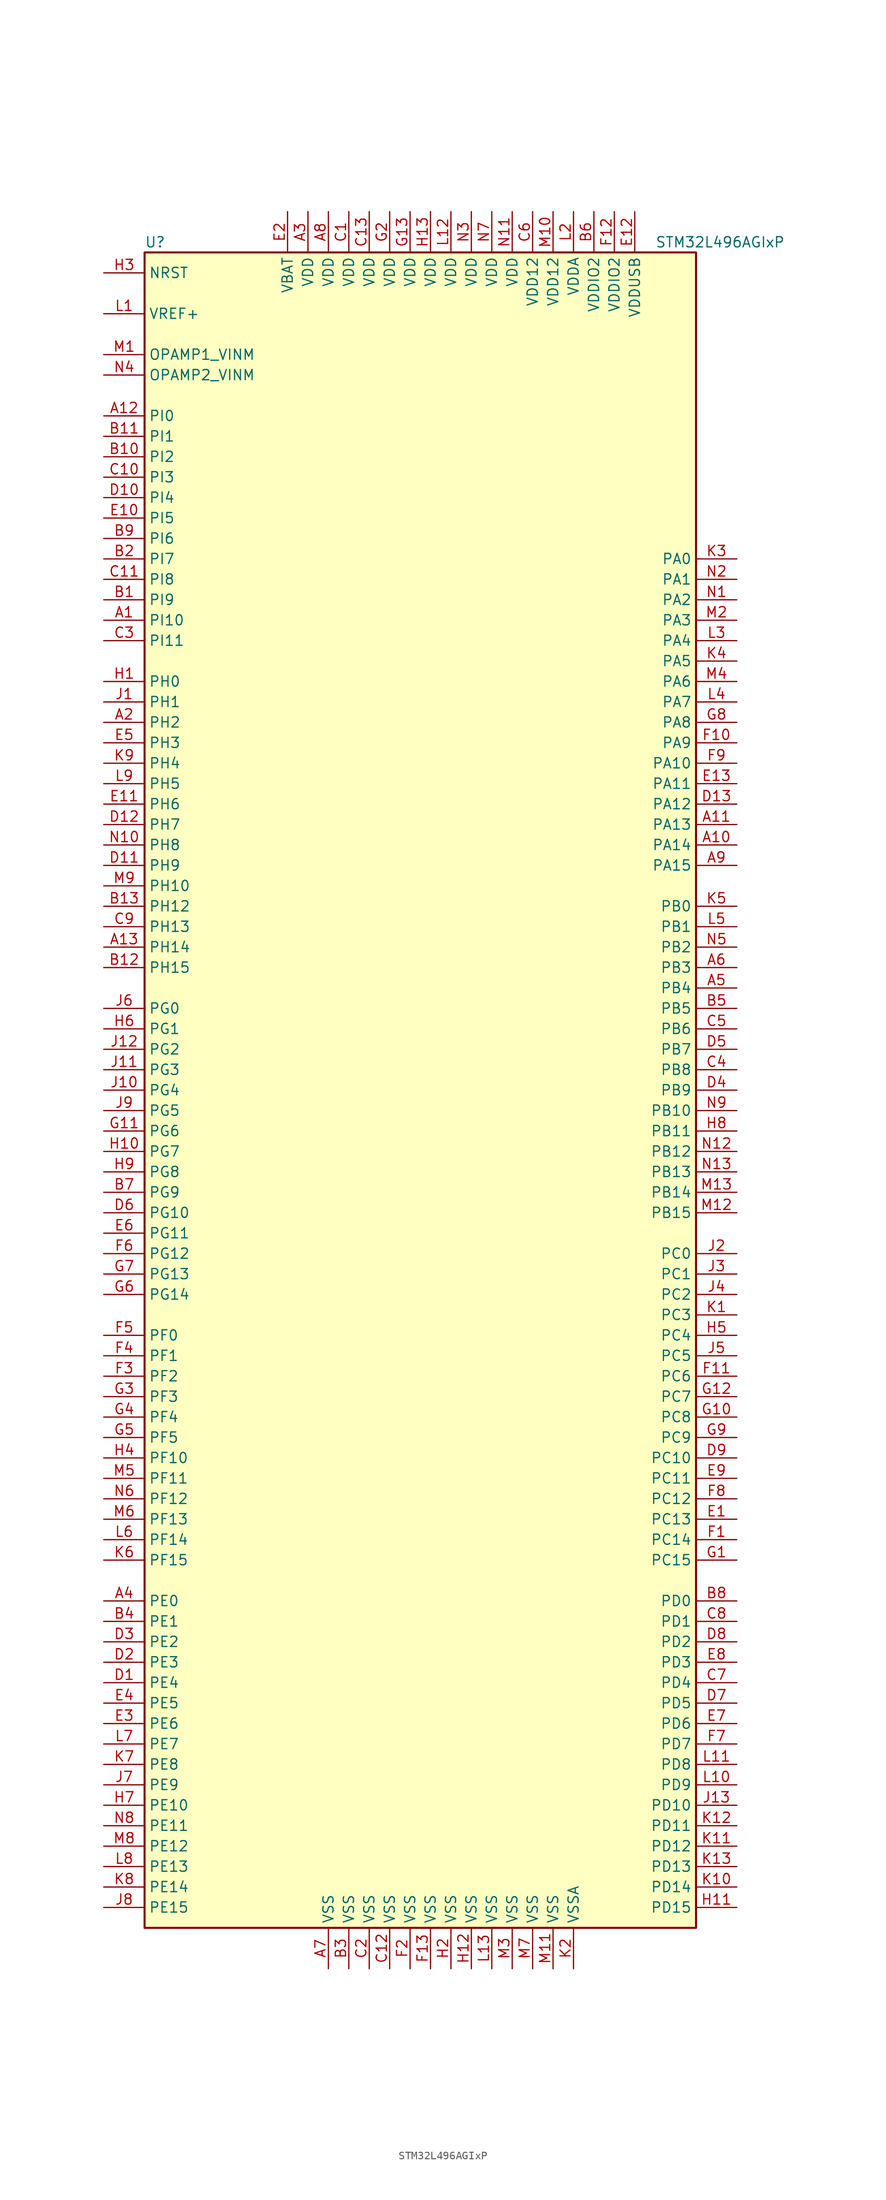
<source format=kicad_sym>
(kicad_symbol_lib
  (version 20211014)
  (generator kicad_symbol_editor)
  (symbol "STM32L496AGIxP"
    (property "Reference" "U"
      (at -35.56 105.41 0)
      (effects (font (size 1.27 1.27)) (justify left)))
    (property "Value" "STM32L496AGIxP"
      (at 27.94 105.41 0)
      (effects (font (size 1.27 1.27)) (justify left)))
    (symbol "STM32L496AGIxP_0_1"
      (rectangle (start -35.56 -104.14) (end 33.02 104.14) (stroke (width 0.254) (type default) (color 0 0 0 0)) (fill (type background))))
    (symbol "STM32L496AGIxP_1_1"
      (pin bidirectional line (at -40.64 58.42 0) (length 5.08) (name "PI10" (effects (font (size 1.27 1.27)))) (number "A1" (effects (font (size 1.27 1.27)))))
      (pin bidirectional line (at 38.1 30.48 180) (length 5.08) (name "PA14" (effects (font (size 1.27 1.27)))) (number "A10" (effects (font (size 1.27 1.27)))))
      (pin bidirectional line (at 38.1 33.02 180) (length 5.08) (name "PA13" (effects (font (size 1.27 1.27)))) (number "A11" (effects (font (size 1.27 1.27)))))
      (pin bidirectional line (at -40.64 83.82 0) (length 5.08) (name "PI0" (effects (font (size 1.27 1.27)))) (number "A12" (effects (font (size 1.27 1.27)))))
      (pin bidirectional line (at -40.64 17.78 0) (length 5.08) (name "PH14" (effects (font (size 1.27 1.27)))) (number "A13" (effects (font (size 1.27 1.27)))))
      (pin bidirectional line (at -40.64 45.72 0) (length 5.08) (name "PH2" (effects (font (size 1.27 1.27)))) (number "A2" (effects (font (size 1.27 1.27)))))
      (pin power_in line (at -15.24 109.22 270) (length 5.08) (name "VDD" (effects (font (size 1.27 1.27)))) (number "A3" (effects (font (size 1.27 1.27)))))
      (pin bidirectional line (at -40.64 -63.5 0) (length 5.08) (name "PE0" (effects (font (size 1.27 1.27)))) (number "A4" (effects (font (size 1.27 1.27)))))
      (pin bidirectional line (at 38.1 12.7 180) (length 5.08) (name "PB4" (effects (font (size 1.27 1.27)))) (number "A5" (effects (font (size 1.27 1.27)))))
      (pin bidirectional line (at 38.1 15.24 180) (length 5.08) (name "PB3" (effects (font (size 1.27 1.27)))) (number "A6" (effects (font (size 1.27 1.27)))))
      (pin power_in line (at -12.7 -109.22 90) (length 5.08) (name "VSS" (effects (font (size 1.27 1.27)))) (number "A7" (effects (font (size 1.27 1.27)))))
      (pin power_in line (at -12.7 109.22 270) (length 5.08) (name "VDD" (effects (font (size 1.27 1.27)))) (number "A8" (effects (font (size 1.27 1.27)))))
      (pin bidirectional line (at 38.1 27.94 180) (length 5.08) (name "PA15" (effects (font (size 1.27 1.27)))) (number "A9" (effects (font (size 1.27 1.27)))))
      (pin bidirectional line (at -40.64 60.96 0) (length 5.08) (name "PI9" (effects (font (size 1.27 1.27)))) (number "B1" (effects (font (size 1.27 1.27)))))
      (pin bidirectional line (at -40.64 78.74 0) (length 5.08) (name "PI2" (effects (font (size 1.27 1.27)))) (number "B10" (effects (font (size 1.27 1.27)))))
      (pin bidirectional line (at -40.64 81.28 0) (length 5.08) (name "PI1" (effects (font (size 1.27 1.27)))) (number "B11" (effects (font (size 1.27 1.27)))))
      (pin bidirectional line (at -40.64 15.24 0) (length 5.08) (name "PH15" (effects (font (size 1.27 1.27)))) (number "B12" (effects (font (size 1.27 1.27)))))
      (pin bidirectional line (at -40.64 22.86 0) (length 5.08) (name "PH12" (effects (font (size 1.27 1.27)))) (number "B13" (effects (font (size 1.27 1.27)))))
      (pin bidirectional line (at -40.64 66.04 0) (length 5.08) (name "PI7" (effects (font (size 1.27 1.27)))) (number "B2" (effects (font (size 1.27 1.27)))))
      (pin power_in line (at -10.16 -109.22 90) (length 5.08) (name "VSS" (effects (font (size 1.27 1.27)))) (number "B3" (effects (font (size 1.27 1.27)))))
      (pin bidirectional line (at -40.64 -66.04 0) (length 5.08) (name "PE1" (effects (font (size 1.27 1.27)))) (number "B4" (effects (font (size 1.27 1.27)))))
      (pin bidirectional line (at 38.1 10.16 180) (length 5.08) (name "PB5" (effects (font (size 1.27 1.27)))) (number "B5" (effects (font (size 1.27 1.27)))))
      (pin power_in line (at 20.32 109.22 270) (length 5.08) (name "VDDIO2" (effects (font (size 1.27 1.27)))) (number "B6" (effects (font (size 1.27 1.27)))))
      (pin bidirectional line (at -40.64 -12.7 0) (length 5.08) (name "PG9" (effects (font (size 1.27 1.27)))) (number "B7" (effects (font (size 1.27 1.27)))))
      (pin bidirectional line (at 38.1 -63.5 180) (length 5.08) (name "PD0" (effects (font (size 1.27 1.27)))) (number "B8" (effects (font (size 1.27 1.27)))))
      (pin bidirectional line (at -40.64 68.58 0) (length 5.08) (name "PI6" (effects (font (size 1.27 1.27)))) (number "B9" (effects (font (size 1.27 1.27)))))
      (pin power_in line (at -10.16 109.22 270) (length 5.08) (name "VDD" (effects (font (size 1.27 1.27)))) (number "C1" (effects (font (size 1.27 1.27)))))
      (pin bidirectional line (at -40.64 76.2 0) (length 5.08) (name "PI3" (effects (font (size 1.27 1.27)))) (number "C10" (effects (font (size 1.27 1.27)))))
      (pin bidirectional line (at -40.64 63.5 0) (length 5.08) (name "PI8" (effects (font (size 1.27 1.27)))) (number "C11" (effects (font (size 1.27 1.27)))))
      (pin power_in line (at -5.08 -109.22 90) (length 5.08) (name "VSS" (effects (font (size 1.27 1.27)))) (number "C12" (effects (font (size 1.27 1.27)))))
      (pin power_in line (at -7.62 109.22 270) (length 5.08) (name "VDD" (effects (font (size 1.27 1.27)))) (number "C13" (effects (font (size 1.27 1.27)))))
      (pin power_in line (at -7.62 -109.22 90) (length 5.08) (name "VSS" (effects (font (size 1.27 1.27)))) (number "C2" (effects (font (size 1.27 1.27)))))
      (pin bidirectional line (at -40.64 55.88 0) (length 5.08) (name "PI11" (effects (font (size 1.27 1.27)))) (number "C3" (effects (font (size 1.27 1.27)))))
      (pin bidirectional line (at 38.1 2.54 180) (length 5.08) (name "PB8" (effects (font (size 1.27 1.27)))) (number "C4" (effects (font (size 1.27 1.27)))))
      (pin bidirectional line (at 38.1 7.62 180) (length 5.08) (name "PB6" (effects (font (size 1.27 1.27)))) (number "C5" (effects (font (size 1.27 1.27)))))
      (pin power_in line (at 12.7 109.22 270) (length 5.08) (name "VDD12" (effects (font (size 1.27 1.27)))) (number "C6" (effects (font (size 1.27 1.27)))))
      (pin bidirectional line (at 38.1 -73.66 180) (length 5.08) (name "PD4" (effects (font (size 1.27 1.27)))) (number "C7" (effects (font (size 1.27 1.27)))))
      (pin bidirectional line (at 38.1 -66.04 180) (length 5.08) (name "PD1" (effects (font (size 1.27 1.27)))) (number "C8" (effects (font (size 1.27 1.27)))))
      (pin bidirectional line (at -40.64 20.32 0) (length 5.08) (name "PH13" (effects (font (size 1.27 1.27)))) (number "C9" (effects (font (size 1.27 1.27)))))
      (pin bidirectional line (at -40.64 -73.66 0) (length 5.08) (name "PE4" (effects (font (size 1.27 1.27)))) (number "D1" (effects (font (size 1.27 1.27)))))
      (pin bidirectional line (at -40.64 73.66 0) (length 5.08) (name "PI4" (effects (font (size 1.27 1.27)))) (number "D10" (effects (font (size 1.27 1.27)))))
      (pin bidirectional line (at -40.64 27.94 0) (length 5.08) (name "PH9" (effects (font (size 1.27 1.27)))) (number "D11" (effects (font (size 1.27 1.27)))))
      (pin bidirectional line (at -40.64 33.02 0) (length 5.08) (name "PH7" (effects (font (size 1.27 1.27)))) (number "D12" (effects (font (size 1.27 1.27)))))
      (pin bidirectional line (at 38.1 35.56 180) (length 5.08) (name "PA12" (effects (font (size 1.27 1.27)))) (number "D13" (effects (font (size 1.27 1.27)))))
      (pin bidirectional line (at -40.64 -71.12 0) (length 5.08) (name "PE3" (effects (font (size 1.27 1.27)))) (number "D2" (effects (font (size 1.27 1.27)))))
      (pin bidirectional line (at -40.64 -68.58 0) (length 5.08) (name "PE2" (effects (font (size 1.27 1.27)))) (number "D3" (effects (font (size 1.27 1.27)))))
      (pin bidirectional line (at 38.1 0 180) (length 5.08) (name "PB9" (effects (font (size 1.27 1.27)))) (number "D4" (effects (font (size 1.27 1.27)))))
      (pin bidirectional line (at 38.1 5.08 180) (length 5.08) (name "PB7" (effects (font (size 1.27 1.27)))) (number "D5" (effects (font (size 1.27 1.27)))))
      (pin bidirectional line (at -40.64 -15.24 0) (length 5.08) (name "PG10" (effects (font (size 1.27 1.27)))) (number "D6" (effects (font (size 1.27 1.27)))))
      (pin bidirectional line (at 38.1 -76.2 180) (length 5.08) (name "PD5" (effects (font (size 1.27 1.27)))) (number "D7" (effects (font (size 1.27 1.27)))))
      (pin bidirectional line (at 38.1 -68.58 180) (length 5.08) (name "PD2" (effects (font (size 1.27 1.27)))) (number "D8" (effects (font (size 1.27 1.27)))))
      (pin bidirectional line (at 38.1 -45.72 180) (length 5.08) (name "PC10" (effects (font (size 1.27 1.27)))) (number "D9" (effects (font (size 1.27 1.27)))))
      (pin bidirectional line (at 38.1 -53.34 180) (length 5.08) (name "PC13" (effects (font (size 1.27 1.27)))) (number "E1" (effects (font (size 1.27 1.27)))))
      (pin bidirectional line (at -40.64 71.12 0) (length 5.08) (name "PI5" (effects (font (size 1.27 1.27)))) (number "E10" (effects (font (size 1.27 1.27)))))
      (pin bidirectional line (at -40.64 35.56 0) (length 5.08) (name "PH6" (effects (font (size 1.27 1.27)))) (number "E11" (effects (font (size 1.27 1.27)))))
      (pin power_in line (at 25.4 109.22 270) (length 5.08) (name "VDDUSB" (effects (font (size 1.27 1.27)))) (number "E12" (effects (font (size 1.27 1.27)))))
      (pin bidirectional line (at 38.1 38.1 180) (length 5.08) (name "PA11" (effects (font (size 1.27 1.27)))) (number "E13" (effects (font (size 1.27 1.27)))))
      (pin power_in line (at -17.78 109.22 270) (length 5.08) (name "VBAT" (effects (font (size 1.27 1.27)))) (number "E2" (effects (font (size 1.27 1.27)))))
      (pin bidirectional line (at -40.64 -78.74 0) (length 5.08) (name "PE6" (effects (font (size 1.27 1.27)))) (number "E3" (effects (font (size 1.27 1.27)))))
      (pin bidirectional line (at -40.64 -76.2 0) (length 5.08) (name "PE5" (effects (font (size 1.27 1.27)))) (number "E4" (effects (font (size 1.27 1.27)))))
      (pin bidirectional line (at -40.64 43.18 0) (length 5.08) (name "PH3" (effects (font (size 1.27 1.27)))) (number "E5" (effects (font (size 1.27 1.27)))))
      (pin bidirectional line (at -40.64 -17.78 0) (length 5.08) (name "PG11" (effects (font (size 1.27 1.27)))) (number "E6" (effects (font (size 1.27 1.27)))))
      (pin bidirectional line (at 38.1 -78.74 180) (length 5.08) (name "PD6" (effects (font (size 1.27 1.27)))) (number "E7" (effects (font (size 1.27 1.27)))))
      (pin bidirectional line (at 38.1 -71.12 180) (length 5.08) (name "PD3" (effects (font (size 1.27 1.27)))) (number "E8" (effects (font (size 1.27 1.27)))))
      (pin bidirectional line (at 38.1 -48.26 180) (length 5.08) (name "PC11" (effects (font (size 1.27 1.27)))) (number "E9" (effects (font (size 1.27 1.27)))))
      (pin bidirectional line (at 38.1 -55.88 180) (length 5.08) (name "PC14" (effects (font (size 1.27 1.27)))) (number "F1" (effects (font (size 1.27 1.27)))))
      (pin bidirectional line (at 38.1 43.18 180) (length 5.08) (name "PA9" (effects (font (size 1.27 1.27)))) (number "F10" (effects (font (size 1.27 1.27)))))
      (pin bidirectional line (at 38.1 -35.56 180) (length 5.08) (name "PC6" (effects (font (size 1.27 1.27)))) (number "F11" (effects (font (size 1.27 1.27)))))
      (pin power_in line (at 22.86 109.22 270) (length 5.08) (name "VDDIO2" (effects (font (size 1.27 1.27)))) (number "F12" (effects (font (size 1.27 1.27)))))
      (pin power_in line (at 0 -109.22 90) (length 5.08) (name "VSS" (effects (font (size 1.27 1.27)))) (number "F13" (effects (font (size 1.27 1.27)))))
      (pin power_in line (at -2.54 -109.22 90) (length 5.08) (name "VSS" (effects (font (size 1.27 1.27)))) (number "F2" (effects (font (size 1.27 1.27)))))
      (pin bidirectional line (at -40.64 -35.56 0) (length 5.08) (name "PF2" (effects (font (size 1.27 1.27)))) (number "F3" (effects (font (size 1.27 1.27)))))
      (pin bidirectional line (at -40.64 -33.02 0) (length 5.08) (name "PF1" (effects (font (size 1.27 1.27)))) (number "F4" (effects (font (size 1.27 1.27)))))
      (pin bidirectional line (at -40.64 -30.48 0) (length 5.08) (name "PF0" (effects (font (size 1.27 1.27)))) (number "F5" (effects (font (size 1.27 1.27)))))
      (pin bidirectional line (at -40.64 -20.32 0) (length 5.08) (name "PG12" (effects (font (size 1.27 1.27)))) (number "F6" (effects (font (size 1.27 1.27)))))
      (pin bidirectional line (at 38.1 -81.28 180) (length 5.08) (name "PD7" (effects (font (size 1.27 1.27)))) (number "F7" (effects (font (size 1.27 1.27)))))
      (pin bidirectional line (at 38.1 -50.8 180) (length 5.08) (name "PC12" (effects (font (size 1.27 1.27)))) (number "F8" (effects (font (size 1.27 1.27)))))
      (pin bidirectional line (at 38.1 40.64 180) (length 5.08) (name "PA10" (effects (font (size 1.27 1.27)))) (number "F9" (effects (font (size 1.27 1.27)))))
      (pin bidirectional line (at 38.1 -58.42 180) (length 5.08) (name "PC15" (effects (font (size 1.27 1.27)))) (number "G1" (effects (font (size 1.27 1.27)))))
      (pin bidirectional line (at 38.1 -40.64 180) (length 5.08) (name "PC8" (effects (font (size 1.27 1.27)))) (number "G10" (effects (font (size 1.27 1.27)))))
      (pin bidirectional line (at -40.64 -5.08 0) (length 5.08) (name "PG6" (effects (font (size 1.27 1.27)))) (number "G11" (effects (font (size 1.27 1.27)))))
      (pin bidirectional line (at 38.1 -38.1 180) (length 5.08) (name "PC7" (effects (font (size 1.27 1.27)))) (number "G12" (effects (font (size 1.27 1.27)))))
      (pin power_in line (at -2.54 109.22 270) (length 5.08) (name "VDD" (effects (font (size 1.27 1.27)))) (number "G13" (effects (font (size 1.27 1.27)))))
      (pin power_in line (at -5.08 109.22 270) (length 5.08) (name "VDD" (effects (font (size 1.27 1.27)))) (number "G2" (effects (font (size 1.27 1.27)))))
      (pin bidirectional line (at -40.64 -38.1 0) (length 5.08) (name "PF3" (effects (font (size 1.27 1.27)))) (number "G3" (effects (font (size 1.27 1.27)))))
      (pin bidirectional line (at -40.64 -40.64 0) (length 5.08) (name "PF4" (effects (font (size 1.27 1.27)))) (number "G4" (effects (font (size 1.27 1.27)))))
      (pin bidirectional line (at -40.64 -43.18 0) (length 5.08) (name "PF5" (effects (font (size 1.27 1.27)))) (number "G5" (effects (font (size 1.27 1.27)))))
      (pin bidirectional line (at -40.64 -25.4 0) (length 5.08) (name "PG14" (effects (font (size 1.27 1.27)))) (number "G6" (effects (font (size 1.27 1.27)))))
      (pin bidirectional line (at -40.64 -22.86 0) (length 5.08) (name "PG13" (effects (font (size 1.27 1.27)))) (number "G7" (effects (font (size 1.27 1.27)))))
      (pin bidirectional line (at 38.1 45.72 180) (length 5.08) (name "PA8" (effects (font (size 1.27 1.27)))) (number "G8" (effects (font (size 1.27 1.27)))))
      (pin bidirectional line (at 38.1 -43.18 180) (length 5.08) (name "PC9" (effects (font (size 1.27 1.27)))) (number "G9" (effects (font (size 1.27 1.27)))))
      (pin input line (at -40.64 50.8 0) (length 5.08) (name "PH0" (effects (font (size 1.27 1.27)))) (number "H1" (effects (font (size 1.27 1.27)))))
      (pin bidirectional line (at -40.64 -7.62 0) (length 5.08) (name "PG7" (effects (font (size 1.27 1.27)))) (number "H10" (effects (font (size 1.27 1.27)))))
      (pin bidirectional line (at 38.1 -101.6 180) (length 5.08) (name "PD15" (effects (font (size 1.27 1.27)))) (number "H11" (effects (font (size 1.27 1.27)))))
      (pin power_in line (at 5.08 -109.22 90) (length 5.08) (name "VSS" (effects (font (size 1.27 1.27)))) (number "H12" (effects (font (size 1.27 1.27)))))
      (pin power_in line (at 0 109.22 270) (length 5.08) (name "VDD" (effects (font (size 1.27 1.27)))) (number "H13" (effects (font (size 1.27 1.27)))))
      (pin power_in line (at 2.54 -109.22 90) (length 5.08) (name "VSS" (effects (font (size 1.27 1.27)))) (number "H2" (effects (font (size 1.27 1.27)))))
      (pin input line (at -40.64 101.6 0) (length 5.08) (name "NRST" (effects (font (size 1.27 1.27)))) (number "H3" (effects (font (size 1.27 1.27)))))
      (pin bidirectional line (at -40.64 -45.72 0) (length 5.08) (name "PF10" (effects (font (size 1.27 1.27)))) (number "H4" (effects (font (size 1.27 1.27)))))
      (pin bidirectional line (at 38.1 -30.48 180) (length 5.08) (name "PC4" (effects (font (size 1.27 1.27)))) (number "H5" (effects (font (size 1.27 1.27)))))
      (pin bidirectional line (at -40.64 7.62 0) (length 5.08) (name "PG1" (effects (font (size 1.27 1.27)))) (number "H6" (effects (font (size 1.27 1.27)))))
      (pin bidirectional line (at -40.64 -88.9 0) (length 5.08) (name "PE10" (effects (font (size 1.27 1.27)))) (number "H7" (effects (font (size 1.27 1.27)))))
      (pin bidirectional line (at 38.1 -5.08 180) (length 5.08) (name "PB11" (effects (font (size 1.27 1.27)))) (number "H8" (effects (font (size 1.27 1.27)))))
      (pin bidirectional line (at -40.64 -10.16 0) (length 5.08) (name "PG8" (effects (font (size 1.27 1.27)))) (number "H9" (effects (font (size 1.27 1.27)))))
      (pin input line (at -40.64 48.26 0) (length 5.08) (name "PH1" (effects (font (size 1.27 1.27)))) (number "J1" (effects (font (size 1.27 1.27)))))
      (pin bidirectional line (at -40.64 0 0) (length 5.08) (name "PG4" (effects (font (size 1.27 1.27)))) (number "J10" (effects (font (size 1.27 1.27)))))
      (pin bidirectional line (at -40.64 2.54 0) (length 5.08) (name "PG3" (effects (font (size 1.27 1.27)))) (number "J11" (effects (font (size 1.27 1.27)))))
      (pin bidirectional line (at -40.64 5.08 0) (length 5.08) (name "PG2" (effects (font (size 1.27 1.27)))) (number "J12" (effects (font (size 1.27 1.27)))))
      (pin bidirectional line (at 38.1 -88.9 180) (length 5.08) (name "PD10" (effects (font (size 1.27 1.27)))) (number "J13" (effects (font (size 1.27 1.27)))))
      (pin bidirectional line (at 38.1 -20.32 180) (length 5.08) (name "PC0" (effects (font (size 1.27 1.27)))) (number "J2" (effects (font (size 1.27 1.27)))))
      (pin bidirectional line (at 38.1 -22.86 180) (length 5.08) (name "PC1" (effects (font (size 1.27 1.27)))) (number "J3" (effects (font (size 1.27 1.27)))))
      (pin bidirectional line (at 38.1 -25.4 180) (length 5.08) (name "PC2" (effects (font (size 1.27 1.27)))) (number "J4" (effects (font (size 1.27 1.27)))))
      (pin bidirectional line (at 38.1 -33.02 180) (length 5.08) (name "PC5" (effects (font (size 1.27 1.27)))) (number "J5" (effects (font (size 1.27 1.27)))))
      (pin bidirectional line (at -40.64 10.16 0) (length 5.08) (name "PG0" (effects (font (size 1.27 1.27)))) (number "J6" (effects (font (size 1.27 1.27)))))
      (pin bidirectional line (at -40.64 -86.36 0) (length 5.08) (name "PE9" (effects (font (size 1.27 1.27)))) (number "J7" (effects (font (size 1.27 1.27)))))
      (pin bidirectional line (at -40.64 -101.6 0) (length 5.08) (name "PE15" (effects (font (size 1.27 1.27)))) (number "J8" (effects (font (size 1.27 1.27)))))
      (pin bidirectional line (at -40.64 -2.54 0) (length 5.08) (name "PG5" (effects (font (size 1.27 1.27)))) (number "J9" (effects (font (size 1.27 1.27)))))
      (pin bidirectional line (at 38.1 -27.94 180) (length 5.08) (name "PC3" (effects (font (size 1.27 1.27)))) (number "K1" (effects (font (size 1.27 1.27)))))
      (pin bidirectional line (at 38.1 -99.06 180) (length 5.08) (name "PD14" (effects (font (size 1.27 1.27)))) (number "K10" (effects (font (size 1.27 1.27)))))
      (pin bidirectional line (at 38.1 -93.98 180) (length 5.08) (name "PD12" (effects (font (size 1.27 1.27)))) (number "K11" (effects (font (size 1.27 1.27)))))
      (pin bidirectional line (at 38.1 -91.44 180) (length 5.08) (name "PD11" (effects (font (size 1.27 1.27)))) (number "K12" (effects (font (size 1.27 1.27)))))
      (pin bidirectional line (at 38.1 -96.52 180) (length 5.08) (name "PD13" (effects (font (size 1.27 1.27)))) (number "K13" (effects (font (size 1.27 1.27)))))
      (pin power_in line (at 17.78 -109.22 90) (length 5.08) (name "VSSA" (effects (font (size 1.27 1.27)))) (number "K2" (effects (font (size 1.27 1.27)))))
      (pin bidirectional line (at 38.1 66.04 180) (length 5.08) (name "PA0" (effects (font (size 1.27 1.27)))) (number "K3" (effects (font (size 1.27 1.27)))))
      (pin bidirectional line (at 38.1 53.34 180) (length 5.08) (name "PA5" (effects (font (size 1.27 1.27)))) (number "K4" (effects (font (size 1.27 1.27)))))
      (pin bidirectional line (at 38.1 22.86 180) (length 5.08) (name "PB0" (effects (font (size 1.27 1.27)))) (number "K5" (effects (font (size 1.27 1.27)))))
      (pin bidirectional line (at -40.64 -58.42 0) (length 5.08) (name "PF15" (effects (font (size 1.27 1.27)))) (number "K6" (effects (font (size 1.27 1.27)))))
      (pin bidirectional line (at -40.64 -83.82 0) (length 5.08) (name "PE8" (effects (font (size 1.27 1.27)))) (number "K7" (effects (font (size 1.27 1.27)))))
      (pin bidirectional line (at -40.64 -99.06 0) (length 5.08) (name "PE14" (effects (font (size 1.27 1.27)))) (number "K8" (effects (font (size 1.27 1.27)))))
      (pin bidirectional line (at -40.64 40.64 0) (length 5.08) (name "PH4" (effects (font (size 1.27 1.27)))) (number "K9" (effects (font (size 1.27 1.27)))))
      (pin bidirectional line (at -40.64 96.52 0) (length 5.08) (name "VREF+" (effects (font (size 1.27 1.27)))) (number "L1" (effects (font (size 1.27 1.27)))))
      (pin bidirectional line (at 38.1 -86.36 180) (length 5.08) (name "PD9" (effects (font (size 1.27 1.27)))) (number "L10" (effects (font (size 1.27 1.27)))))
      (pin bidirectional line (at 38.1 -83.82 180) (length 5.08) (name "PD8" (effects (font (size 1.27 1.27)))) (number "L11" (effects (font (size 1.27 1.27)))))
      (pin power_in line (at 2.54 109.22 270) (length 5.08) (name "VDD" (effects (font (size 1.27 1.27)))) (number "L12" (effects (font (size 1.27 1.27)))))
      (pin power_in line (at 7.62 -109.22 90) (length 5.08) (name "VSS" (effects (font (size 1.27 1.27)))) (number "L13" (effects (font (size 1.27 1.27)))))
      (pin power_in line (at 17.78 109.22 270) (length 5.08) (name "VDDA" (effects (font (size 1.27 1.27)))) (number "L2" (effects (font (size 1.27 1.27)))))
      (pin bidirectional line (at 38.1 55.88 180) (length 5.08) (name "PA4" (effects (font (size 1.27 1.27)))) (number "L3" (effects (font (size 1.27 1.27)))))
      (pin bidirectional line (at 38.1 48.26 180) (length 5.08) (name "PA7" (effects (font (size 1.27 1.27)))) (number "L4" (effects (font (size 1.27 1.27)))))
      (pin bidirectional line (at 38.1 20.32 180) (length 5.08) (name "PB1" (effects (font (size 1.27 1.27)))) (number "L5" (effects (font (size 1.27 1.27)))))
      (pin bidirectional line (at -40.64 -55.88 0) (length 5.08) (name "PF14" (effects (font (size 1.27 1.27)))) (number "L6" (effects (font (size 1.27 1.27)))))
      (pin bidirectional line (at -40.64 -81.28 0) (length 5.08) (name "PE7" (effects (font (size 1.27 1.27)))) (number "L7" (effects (font (size 1.27 1.27)))))
      (pin bidirectional line (at -40.64 -96.52 0) (length 5.08) (name "PE13" (effects (font (size 1.27 1.27)))) (number "L8" (effects (font (size 1.27 1.27)))))
      (pin bidirectional line (at -40.64 38.1 0) (length 5.08) (name "PH5" (effects (font (size 1.27 1.27)))) (number "L9" (effects (font (size 1.27 1.27)))))
      (pin bidirectional line (at -40.64 91.44 0) (length 5.08) (name "OPAMP1_VINM" (effects (font (size 1.27 1.27)))) (number "M1" (effects (font (size 1.27 1.27)))))
      (pin power_in line (at 15.24 109.22 270) (length 5.08) (name "VDD12" (effects (font (size 1.27 1.27)))) (number "M10" (effects (font (size 1.27 1.27)))))
      (pin power_in line (at 15.24 -109.22 90) (length 5.08) (name "VSS" (effects (font (size 1.27 1.27)))) (number "M11" (effects (font (size 1.27 1.27)))))
      (pin bidirectional line (at 38.1 -15.24 180) (length 5.08) (name "PB15" (effects (font (size 1.27 1.27)))) (number "M12" (effects (font (size 1.27 1.27)))))
      (pin bidirectional line (at 38.1 -12.7 180) (length 5.08) (name "PB14" (effects (font (size 1.27 1.27)))) (number "M13" (effects (font (size 1.27 1.27)))))
      (pin bidirectional line (at 38.1 58.42 180) (length 5.08) (name "PA3" (effects (font (size 1.27 1.27)))) (number "M2" (effects (font (size 1.27 1.27)))))
      (pin power_in line (at 10.16 -109.22 90) (length 5.08) (name "VSS" (effects (font (size 1.27 1.27)))) (number "M3" (effects (font (size 1.27 1.27)))))
      (pin bidirectional line (at 38.1 50.8 180) (length 5.08) (name "PA6" (effects (font (size 1.27 1.27)))) (number "M4" (effects (font (size 1.27 1.27)))))
      (pin bidirectional line (at -40.64 -48.26 0) (length 5.08) (name "PF11" (effects (font (size 1.27 1.27)))) (number "M5" (effects (font (size 1.27 1.27)))))
      (pin bidirectional line (at -40.64 -53.34 0) (length 5.08) (name "PF13" (effects (font (size 1.27 1.27)))) (number "M6" (effects (font (size 1.27 1.27)))))
      (pin power_in line (at 12.7 -109.22 90) (length 5.08) (name "VSS" (effects (font (size 1.27 1.27)))) (number "M7" (effects (font (size 1.27 1.27)))))
      (pin bidirectional line (at -40.64 -93.98 0) (length 5.08) (name "PE12" (effects (font (size 1.27 1.27)))) (number "M8" (effects (font (size 1.27 1.27)))))
      (pin bidirectional line (at -40.64 25.4 0) (length 5.08) (name "PH10" (effects (font (size 1.27 1.27)))) (number "M9" (effects (font (size 1.27 1.27)))))
      (pin bidirectional line (at 38.1 60.96 180) (length 5.08) (name "PA2" (effects (font (size 1.27 1.27)))) (number "N1" (effects (font (size 1.27 1.27)))))
      (pin bidirectional line (at -40.64 30.48 0) (length 5.08) (name "PH8" (effects (font (size 1.27 1.27)))) (number "N10" (effects (font (size 1.27 1.27)))))
      (pin power_in line (at 10.16 109.22 270) (length 5.08) (name "VDD" (effects (font (size 1.27 1.27)))) (number "N11" (effects (font (size 1.27 1.27)))))
      (pin bidirectional line (at 38.1 -7.62 180) (length 5.08) (name "PB12" (effects (font (size 1.27 1.27)))) (number "N12" (effects (font (size 1.27 1.27)))))
      (pin bidirectional line (at 38.1 -10.16 180) (length 5.08) (name "PB13" (effects (font (size 1.27 1.27)))) (number "N13" (effects (font (size 1.27 1.27)))))
      (pin bidirectional line (at 38.1 63.5 180) (length 5.08) (name "PA1" (effects (font (size 1.27 1.27)))) (number "N2" (effects (font (size 1.27 1.27)))))
      (pin power_in line (at 5.08 109.22 270) (length 5.08) (name "VDD" (effects (font (size 1.27 1.27)))) (number "N3" (effects (font (size 1.27 1.27)))))
      (pin bidirectional line (at -40.64 88.9 0) (length 5.08) (name "OPAMP2_VINM" (effects (font (size 1.27 1.27)))) (number "N4" (effects (font (size 1.27 1.27)))))
      (pin bidirectional line (at 38.1 17.78 180) (length 5.08) (name "PB2" (effects (font (size 1.27 1.27)))) (number "N5" (effects (font (size 1.27 1.27)))))
      (pin bidirectional line (at -40.64 -50.8 0) (length 5.08) (name "PF12" (effects (font (size 1.27 1.27)))) (number "N6" (effects (font (size 1.27 1.27)))))
      (pin power_in line (at 7.62 109.22 270) (length 5.08) (name "VDD" (effects (font (size 1.27 1.27)))) (number "N7" (effects (font (size 1.27 1.27)))))
      (pin bidirectional line (at -40.64 -91.44 0) (length 5.08) (name "PE11" (effects (font (size 1.27 1.27)))) (number "N8" (effects (font (size 1.27 1.27)))))
      (pin bidirectional line (at 38.1 -2.54 180) (length 5.08) (name "PB10" (effects (font (size 1.27 1.27)))) (number "N9" (effects (font (size 1.27 1.27))))))))
</source>
